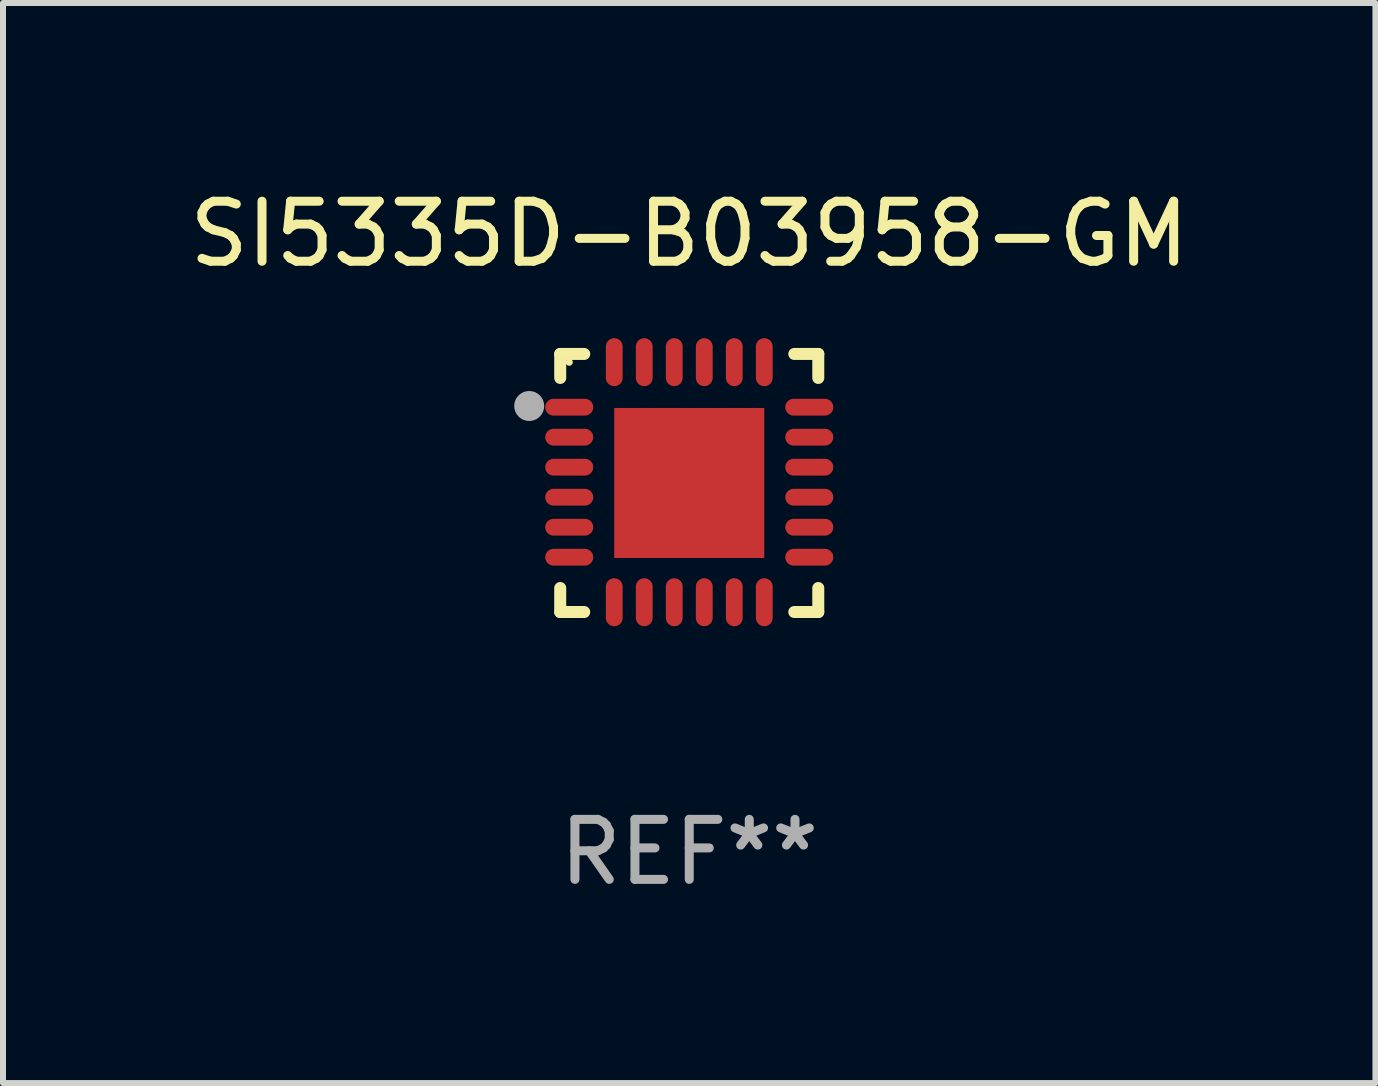
<source format=kicad_pcb>
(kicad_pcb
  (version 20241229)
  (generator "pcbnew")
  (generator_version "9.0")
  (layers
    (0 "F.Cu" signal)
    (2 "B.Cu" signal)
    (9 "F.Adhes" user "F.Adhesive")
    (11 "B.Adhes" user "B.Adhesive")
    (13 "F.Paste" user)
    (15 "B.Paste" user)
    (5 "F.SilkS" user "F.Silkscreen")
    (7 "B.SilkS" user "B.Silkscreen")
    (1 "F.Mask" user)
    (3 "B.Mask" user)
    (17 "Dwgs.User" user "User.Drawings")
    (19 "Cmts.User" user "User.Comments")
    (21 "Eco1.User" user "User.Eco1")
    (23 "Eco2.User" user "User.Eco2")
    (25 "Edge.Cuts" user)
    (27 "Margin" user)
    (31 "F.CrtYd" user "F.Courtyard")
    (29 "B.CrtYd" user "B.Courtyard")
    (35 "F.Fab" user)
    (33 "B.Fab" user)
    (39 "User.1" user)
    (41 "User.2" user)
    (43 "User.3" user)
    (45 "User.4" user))
  (footprint "SI5335D-B03958-GM"
    (layer "F.Cu")
    (at 8.435 4.998)
    (property "Reference" "SI5335D-B03958-GM" (at 0 -4.15 0) (layer "F.SilkS") (effects (font (size 1 1) (thickness 0.15))))
    (attr through_hole)
    (fp_line (start -2.15 -2.15) (end -1.75 -2.15) (stroke (width 0.2) (type solid)) (layer "F.SilkS"))
    (fp_line (start -2.15 -1.75) (end -2.15 -2.15) (stroke (width 0.2) (type solid)) (layer "F.SilkS"))
    (fp_line (start -2.15 2.15) (end -2.15 1.75) (stroke (width 0.2) (type solid)) (layer "F.SilkS"))
    (fp_line (start -1.75 2.15) (end -2.15 2.15) (stroke (width 0.2) (type solid)) (layer "F.SilkS"))
    (fp_line (start 1.75 -2.15) (end 2.15 -2.15) (stroke (width 0.2) (type solid)) (layer "F.SilkS"))
    (fp_line (start 1.75 2.15) (end 2.15 2.15) (stroke (width 0.2) (type solid)) (layer "F.SilkS"))
    (fp_line (start 2.15 -2.15) (end 2.15 -1.75) (stroke (width 0.2) (type solid)) (layer "F.SilkS"))
    (fp_line (start 2.15 2.15) (end 2.15 1.75) (stroke (width 0.2) (type solid)) (layer "F.SilkS"))
    (fp_circle (center -2 -2.013) (end -1.97 -2.013) (stroke (width 0.06) (type solid)) (fill no) (layer "F.SilkS"))
    (fp_circle (center -2.667 -1.283) (end -2.542 -1.283) (stroke (width 0.25) (type solid)) (fill no) (layer "F.Fab"))
    (fp_text user "REF**" (at 0 6.15 0) (layer "F.Fab") (effects (font (size 1 1) (thickness 0.15))))
    (pad "1" smd oval (at -2 -1.263) (size 0.8 0.28) (layers "F.Cu" "F.Mask" "F.Paste"))
    (pad "2" smd oval (at -2 -0.763) (size 0.8 0.28) (layers "F.Cu" "F.Mask" "F.Paste"))
    (pad "3" smd oval (at -2 -0.263) (size 0.8 0.28) (layers "F.Cu" "F.Mask" "F.Paste"))
    (pad "4" smd oval (at -2 0.237) (size 0.8 0.28) (layers "F.Cu" "F.Mask" "F.Paste"))
    (pad "5" smd oval (at -2 0.737) (size 0.8 0.28) (layers "F.Cu" "F.Mask" "F.Paste"))
    (pad "6" smd oval (at -2 1.237) (size 0.8 0.28) (layers "F.Cu" "F.Mask" "F.Paste"))
    (pad "7" smd oval (at -1.25 1.987) (size 0.28 0.8) (layers "F.Cu" "F.Mask" "F.Paste"))
    (pad "8" smd oval (at -0.75 1.987) (size 0.28 0.8) (layers "F.Cu" "F.Mask" "F.Paste"))
    (pad "9" smd oval (at -0.25 1.987) (size 0.28 0.8) (layers "F.Cu" "F.Mask" "F.Paste"))
    (pad "10" smd oval (at 0.25 1.987) (size 0.28 0.8) (layers "F.Cu" "F.Mask" "F.Paste"))
    (pad "11" smd oval (at 0.75 1.987) (size 0.28 0.8) (layers "F.Cu" "F.Mask" "F.Paste"))
    (pad "12" smd oval (at 1.25 1.987) (size 0.28 0.8) (layers "F.Cu" "F.Mask" "F.Paste"))
    (pad "13" smd oval (at 2 1.237) (size 0.8 0.28) (layers "F.Cu" "F.Mask" "F.Paste"))
    (pad "14" smd oval (at 2 0.737) (size 0.8 0.28) (layers "F.Cu" "F.Mask" "F.Paste"))
    (pad "15" smd oval (at 2 0.237) (size 0.8 0.28) (layers "F.Cu" "F.Mask" "F.Paste"))
    (pad "16" smd oval (at 2 -0.263) (size 0.8 0.28) (layers "F.Cu" "F.Mask" "F.Paste"))
    (pad "17" smd oval (at 2 -0.763) (size 0.8 0.28) (layers "F.Cu" "F.Mask" "F.Paste"))
    (pad "18" smd oval (at 2 -1.263) (size 0.8 0.28) (layers "F.Cu" "F.Mask" "F.Paste"))
    (pad "19" smd oval (at 1.25 -2.013) (size 0.28 0.8) (layers "F.Cu" "F.Mask" "F.Paste"))
    (pad "20" smd oval (at 0.75 -2.013) (size 0.28 0.8) (layers "F.Cu" "F.Mask" "F.Paste"))
    (pad "21" smd oval (at 0.25 -2.013) (size 0.28 0.8) (layers "F.Cu" "F.Mask" "F.Paste"))
    (pad "22" smd oval (at -0.25 -2.013) (size 0.28 0.8) (layers "F.Cu" "F.Mask" "F.Paste"))
    (pad "23" smd oval (at -0.75 -2.013) (size 0.28 0.8) (layers "F.Cu" "F.Mask" "F.Paste"))
    (pad "24" smd oval (at -1.25 -2.013) (size 0.28 0.8) (layers "F.Cu" "F.Mask" "F.Paste"))
    (pad "25" smd rect (at -0.000127 -0.00014) (size 2.5 2.5) (layers "F.Cu" "F.Mask" "F.Paste")))
  (gr_rect
    (start -3 -3)
    (end 19.869 14.997)
    (stroke (width 0.1) (type default))
    (fill no)
    (layer "Edge.Cuts")))
</source>
